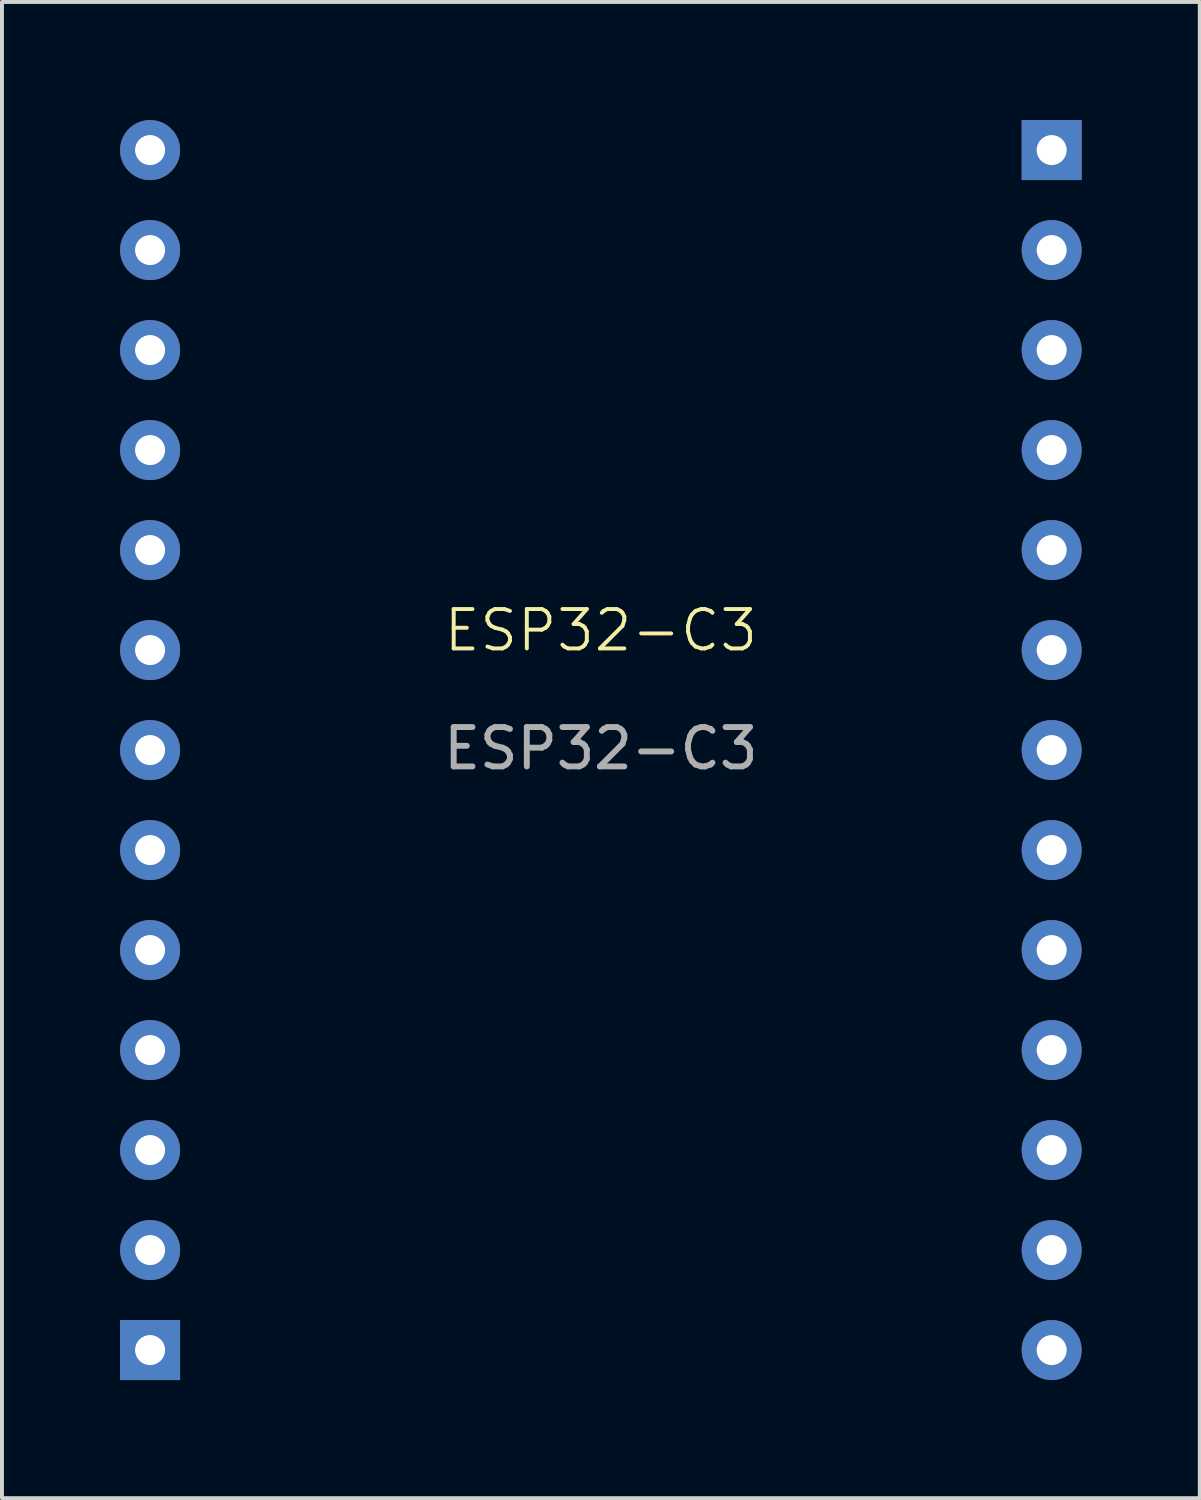
<source format=kicad_pcb>
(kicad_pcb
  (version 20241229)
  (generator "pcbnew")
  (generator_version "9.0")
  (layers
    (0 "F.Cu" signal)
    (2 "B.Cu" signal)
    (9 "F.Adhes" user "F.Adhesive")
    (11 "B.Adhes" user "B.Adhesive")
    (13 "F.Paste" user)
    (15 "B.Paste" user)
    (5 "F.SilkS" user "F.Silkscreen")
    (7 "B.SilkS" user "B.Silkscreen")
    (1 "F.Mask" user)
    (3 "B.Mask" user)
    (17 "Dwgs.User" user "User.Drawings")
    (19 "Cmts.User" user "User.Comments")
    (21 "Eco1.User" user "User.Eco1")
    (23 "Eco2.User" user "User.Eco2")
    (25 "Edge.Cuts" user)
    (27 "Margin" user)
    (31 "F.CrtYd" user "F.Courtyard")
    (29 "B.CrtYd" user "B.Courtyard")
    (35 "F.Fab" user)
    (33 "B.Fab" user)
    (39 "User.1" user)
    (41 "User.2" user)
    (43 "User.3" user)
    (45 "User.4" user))
  (footprint "ESP32-C3"
    (layer "F.Cu")
    (at 12.212 13.462)
    (property "Reference" "ESP32-C3" (at 0 -0.5 0) (unlocked yes) (layer "F.SilkS") (effects (font (size 1 1) (thickness 0.1))))
    (attr through_hole)
    (fp_text user "${REFERENCE}" (at 0 2.5 0) (unlocked yes) (layer "F.Fab") (effects (font (size 1 1) (thickness 0.15))))
    (pad "E0" thru_hole circle (at -11.45 -12.7) (size 1.524 1.524) (drill 0.762) (layers "*.Cu" "*.Mask"))
    (pad "E1" thru_hole circle (at -11.45 -10.16) (size 1.524 1.524) (drill 0.762) (layers "*.Cu" "*.Mask"))
    (pad "E2" thru_hole circle (at -11.45 2.54) (size 1.524 1.524) (drill 0.762) (layers "*.Cu" "*.Mask"))
    (pad "E3" thru_hole circle (at -11.45 15.24) (size 1.524 1.524) (drill 0.762) (layers "*.Cu" "*.Mask"))
    (pad "E4" thru_hole rect (at -11.45 17.78) (size 1.524 1.524) (drill 0.762) (layers "*.Cu" "*.Mask"))
    (pad "E5" thru_hole circle (at 11.45 15.24) (size 1.524 1.524) (drill 0.762) (layers "*.Cu" "*.Mask"))
    (pad "E6" thru_hole circle (at 11.45 17.78) (size 1.524 1.524) (drill 0.762) (layers "*.Cu" "*.Mask"))
    (pad "N1" thru_hole circle (at -11.45 -7.62) (size 1.524 1.524) (drill 0.762) (layers "*.Cu" "*.Mask"))
    (pad "N2" thru_hole circle (at -11.45 0) (size 1.524 1.524) (drill 0.762) (layers "*.Cu" "*.Mask"))
    (pad "N3" thru_hole circle (at -11.45 5.08) (size 1.524 1.524) (drill 0.762) (layers "*.Cu" "*.Mask"))
    (pad "N4" thru_hole circle (at -11.45 7.62) (size 1.524 1.524) (drill 0.762) (layers "*.Cu" "*.Mask"))
    (pad "P0" thru_hole circle (at -11.45 10.16) (size 1.524 1.524) (drill 0.762) (layers "*.Cu" "*.Mask"))
    (pad "P1" thru_hole circle (at -11.45 12.7) (size 1.524 1.524) (drill 0.762) (layers "*.Cu" "*.Mask"))
    (pad "P2" thru_hole circle (at -11.45 -5.08) (size 1.524 1.524) (drill 0.762) (layers "*.Cu" "*.Mask"))
    (pad "P3" thru_hole circle (at -11.45 -2.54) (size 1.524 1.524) (drill 0.762) (layers "*.Cu" "*.Mask"))
    (pad "P4" thru_hole circle (at 11.45 10.16) (size 1.524 1.524) (drill 0.762) (layers "*.Cu" "*.Mask"))
    (pad "P5" thru_hole circle (at 11.45 7.62) (size 1.524 1.524) (drill 0.762) (layers "*.Cu" "*.Mask"))
    (pad "P6" thru_hole circle (at 11.45 5.08) (size 1.524 1.524) (drill 0.762) (layers "*.Cu" "*.Mask"))
    (pad "P7" thru_hole circle (at 11.45 2.54) (size 1.524 1.524) (drill 0.762) (layers "*.Cu" "*.Mask"))
    (pad "P8" thru_hole circle (at 11.45 0) (size 1.524 1.524) (drill 0.762) (layers "*.Cu" "*.Mask"))
    (pad "P9" thru_hole circle (at 11.45 -2.54) (size 1.524 1.524) (drill 0.762) (layers "*.Cu" "*.Mask"))
    (pad "P10" thru_hole circle (at 11.45 12.7) (size 1.524 1.524) (drill 0.762) (layers "*.Cu" "*.Mask"))
    (pad "P18" thru_hole circle (at 11.45 -5.08) (size 1.524 1.524) (drill 0.762) (layers "*.Cu" "*.Mask"))
    (pad "P19" thru_hole circle (at 11.45 -7.62) (size 1.524 1.524) (drill 0.762) (layers "*.Cu" "*.Mask"))
    (pad "P20" thru_hole circle (at 11.45 -10.16) (size 1.524 1.524) (drill 0.762) (layers "*.Cu" "*.Mask"))
    (pad "P21" thru_hole rect (at 11.45 -12.7) (size 1.524 1.524) (drill 0.762) (layers "*.Cu" "*.Mask")))
  (gr_rect
    (start -3 -3)
    (end 27.424 35.004)
    (stroke (width 0.1) (type default))
    (fill no)
    (layer "Edge.Cuts")))
</source>
